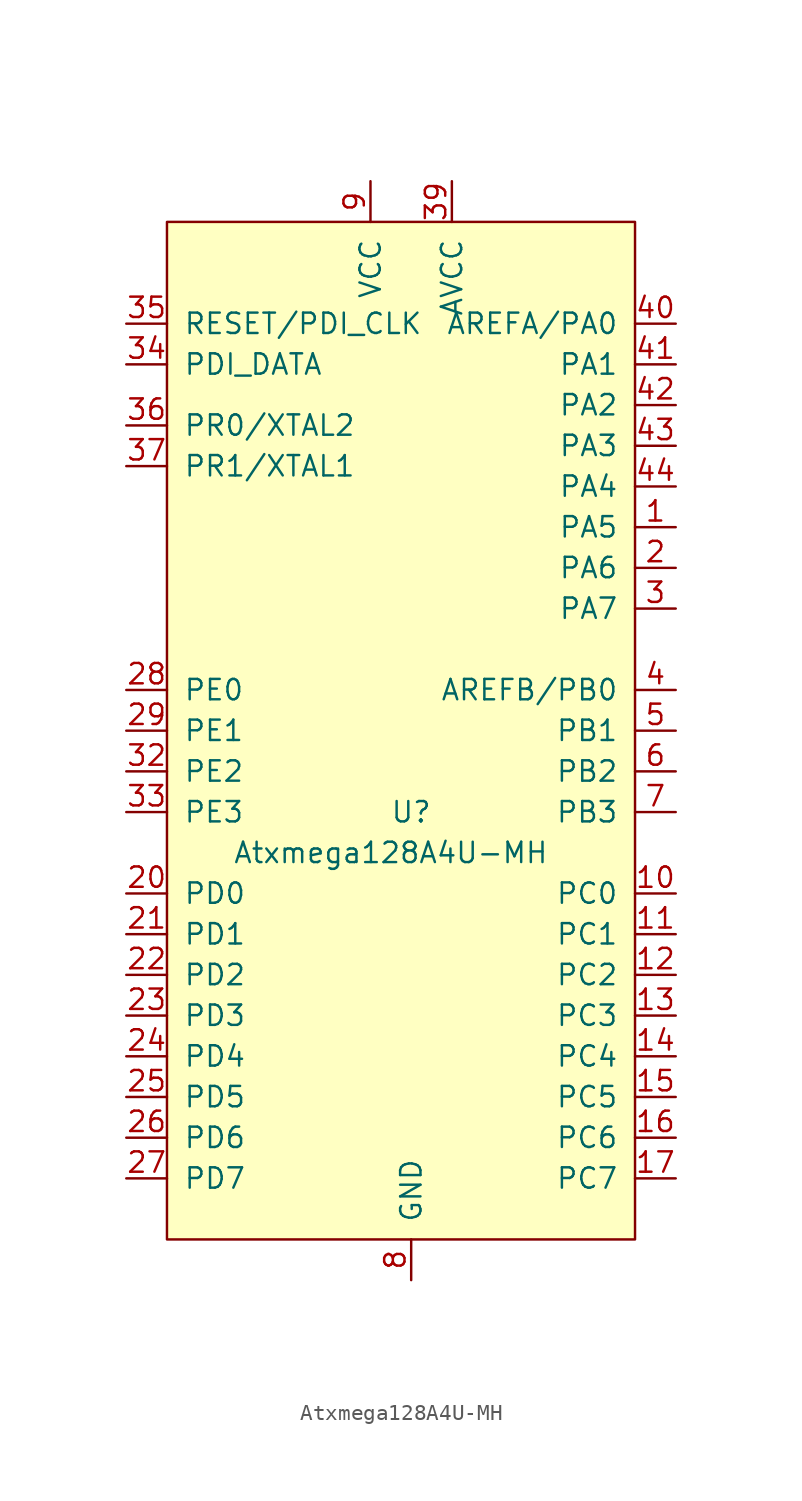
<source format=kicad_sym>
(kicad_symbol_lib
  (version 20211014)
  (generator kicad_symbol_editor)
  (symbol "Atxmega128A4U-MH"
    (pin_names
      (offset 1.016))
    (property "Reference" "U"
      (at 0 -5.08 0)
      (effects (font (size 1.27 1.27))))
    (property "Value" "Atxmega128A4U-MH"
      (at -1.27 -7.62 0)
      (effects (font (size 1.27 1.27))))
    (symbol "Atxmega128A4U-MH_1_1"
      (rectangle (start -15.24 31.75) (end 13.97 -31.75) (stroke (width 0) (type default) (color 0 0 0 0)) (fill (type background)))
      (pin bidirectional line (at 16.51 12.7 180) (length 2.54) (name "PA5" (effects (font (size 1.27 1.27)))) (number "1" (effects (font (size 1.27 1.27)))))
      (pin bidirectional line (at 16.51 -10.16 180) (length 2.54) (name "PC0" (effects (font (size 1.27 1.27)))) (number "10" (effects (font (size 1.27 1.27)))))
      (pin bidirectional line (at 16.51 -12.7 180) (length 2.54) (name "PC1" (effects (font (size 1.27 1.27)))) (number "11" (effects (font (size 1.27 1.27)))))
      (pin bidirectional line (at 16.51 -15.24 180) (length 2.54) (name "PC2" (effects (font (size 1.27 1.27)))) (number "12" (effects (font (size 1.27 1.27)))))
      (pin bidirectional line (at 16.51 -17.78 180) (length 2.54) (name "PC3" (effects (font (size 1.27 1.27)))) (number "13" (effects (font (size 1.27 1.27)))))
      (pin bidirectional line (at 16.51 -20.32 180) (length 2.54) (name "PC4" (effects (font (size 1.27 1.27)))) (number "14" (effects (font (size 1.27 1.27)))))
      (pin bidirectional line (at 16.51 -22.86 180) (length 2.54) (name "PC5" (effects (font (size 1.27 1.27)))) (number "15" (effects (font (size 1.27 1.27)))))
      (pin bidirectional line (at 16.51 -25.4 180) (length 2.54) (name "PC6" (effects (font (size 1.27 1.27)))) (number "16" (effects (font (size 1.27 1.27)))))
      (pin bidirectional line (at 16.51 -27.94 180) (length 2.54) (name "PC7" (effects (font (size 1.27 1.27)))) (number "17" (effects (font (size 1.27 1.27)))))
      (pin passive line (at 0 -34.29 90) (length 2.54) hide (name "GND" (effects (font (size 1.27 1.27)))) (number "18" (effects (font (size 1.27 1.27)))))
      (pin passive line (at -2.54 34.29 270) (length 2.54) hide (name "VCC" (effects (font (size 1.27 1.27)))) (number "19" (effects (font (size 1.27 1.27)))))
      (pin bidirectional line (at 16.51 10.16 180) (length 2.54) (name "PA6" (effects (font (size 1.27 1.27)))) (number "2" (effects (font (size 1.27 1.27)))))
      (pin bidirectional line (at -17.78 -10.16 0) (length 2.54) (name "PD0" (effects (font (size 1.27 1.27)))) (number "20" (effects (font (size 1.27 1.27)))))
      (pin bidirectional line (at -17.78 -12.7 0) (length 2.54) (name "PD1" (effects (font (size 1.27 1.27)))) (number "21" (effects (font (size 1.27 1.27)))))
      (pin bidirectional line (at -17.78 -15.24 0) (length 2.54) (name "PD2" (effects (font (size 1.27 1.27)))) (number "22" (effects (font (size 1.27 1.27)))))
      (pin bidirectional line (at -17.78 -17.78 0) (length 2.54) (name "PD3" (effects (font (size 1.27 1.27)))) (number "23" (effects (font (size 1.27 1.27)))))
      (pin bidirectional line (at -17.78 -20.32 0) (length 2.54) (name "PD4" (effects (font (size 1.27 1.27)))) (number "24" (effects (font (size 1.27 1.27)))))
      (pin bidirectional line (at -17.78 -22.86 0) (length 2.54) (name "PD5" (effects (font (size 1.27 1.27)))) (number "25" (effects (font (size 1.27 1.27)))))
      (pin bidirectional line (at -17.78 -25.4 0) (length 2.54) (name "PD6" (effects (font (size 1.27 1.27)))) (number "26" (effects (font (size 1.27 1.27)))))
      (pin bidirectional line (at -17.78 -27.94 0) (length 2.54) (name "PD7" (effects (font (size 1.27 1.27)))) (number "27" (effects (font (size 1.27 1.27)))))
      (pin bidirectional line (at -17.78 2.54 0) (length 2.54) (name "PE0" (effects (font (size 1.27 1.27)))) (number "28" (effects (font (size 1.27 1.27)))))
      (pin bidirectional line (at -17.78 0 0) (length 2.54) (name "PE1" (effects (font (size 1.27 1.27)))) (number "29" (effects (font (size 1.27 1.27)))))
      (pin bidirectional line (at 16.51 7.62 180) (length 2.54) (name "PA7" (effects (font (size 1.27 1.27)))) (number "3" (effects (font (size 1.27 1.27)))))
      (pin passive line (at 0 -34.29 90) (length 2.54) hide (name "GND" (effects (font (size 1.27 1.27)))) (number "30" (effects (font (size 1.27 1.27)))))
      (pin passive line (at -2.54 34.29 270) (length 2.54) hide (name "VCC" (effects (font (size 1.27 1.27)))) (number "31" (effects (font (size 1.27 1.27)))))
      (pin bidirectional line (at -17.78 -2.54 0) (length 2.54) (name "PE2" (effects (font (size 1.27 1.27)))) (number "32" (effects (font (size 1.27 1.27)))))
      (pin bidirectional line (at -17.78 -5.08 0) (length 2.54) (name "PE3" (effects (font (size 1.27 1.27)))) (number "33" (effects (font (size 1.27 1.27)))))
      (pin bidirectional line (at -17.78 22.86 0) (length 2.54) (name "PDI_DATA" (effects (font (size 1.27 1.27)))) (number "34" (effects (font (size 1.27 1.27)))))
      (pin input line (at -17.78 25.4 0) (length 2.54) (name "RESET/PDI_CLK" (effects (font (size 1.27 1.27)))) (number "35" (effects (font (size 1.27 1.27)))))
      (pin bidirectional line (at -17.78 19.05 0) (length 2.54) (name "PR0/XTAL2" (effects (font (size 1.27 1.27)))) (number "36" (effects (font (size 1.27 1.27)))))
      (pin bidirectional line (at -17.78 16.51 0) (length 2.54) (name "PR1/XTAL1" (effects (font (size 1.27 1.27)))) (number "37" (effects (font (size 1.27 1.27)))))
      (pin passive line (at 0 -34.29 90) (length 2.54) hide (name "GND" (effects (font (size 1.27 1.27)))) (number "38" (effects (font (size 1.27 1.27)))))
      (pin power_in line (at 2.54 34.29 270) (length 2.54) (name "AVCC" (effects (font (size 1.27 1.27)))) (number "39" (effects (font (size 1.27 1.27)))))
      (pin bidirectional line (at 16.51 2.54 180) (length 2.54) (name "AREFB/PB0" (effects (font (size 1.27 1.27)))) (number "4" (effects (font (size 1.27 1.27)))))
      (pin bidirectional line (at 16.51 25.4 180) (length 2.54) (name "AREFA/PA0" (effects (font (size 1.27 1.27)))) (number "40" (effects (font (size 1.27 1.27)))))
      (pin bidirectional line (at 16.51 22.86 180) (length 2.54) (name "PA1" (effects (font (size 1.27 1.27)))) (number "41" (effects (font (size 1.27 1.27)))))
      (pin bidirectional line (at 16.51 20.32 180) (length 2.54) (name "PA2" (effects (font (size 1.27 1.27)))) (number "42" (effects (font (size 1.27 1.27)))))
      (pin bidirectional line (at 16.51 17.78 180) (length 2.54) (name "PA3" (effects (font (size 1.27 1.27)))) (number "43" (effects (font (size 1.27 1.27)))))
      (pin bidirectional line (at 16.51 15.24 180) (length 2.54) (name "PA4" (effects (font (size 1.27 1.27)))) (number "44" (effects (font (size 1.27 1.27)))))
      (pin passive line (at 0 -34.29 90) (length 2.54) hide (name "GND" (effects (font (size 1.27 1.27)))) (number "45" (effects (font (size 1.27 1.27)))))
      (pin bidirectional line (at 16.51 0 180) (length 2.54) (name "PB1" (effects (font (size 1.27 1.27)))) (number "5" (effects (font (size 1.27 1.27)))))
      (pin bidirectional line (at 16.51 -2.54 180) (length 2.54) (name "PB2" (effects (font (size 1.27 1.27)))) (number "6" (effects (font (size 1.27 1.27)))))
      (pin bidirectional line (at 16.51 -5.08 180) (length 2.54) (name "PB3" (effects (font (size 1.27 1.27)))) (number "7" (effects (font (size 1.27 1.27)))))
      (pin power_in line (at 0 -34.29 90) (length 2.54) (name "GND" (effects (font (size 1.27 1.27)))) (number "8" (effects (font (size 1.27 1.27)))))
      (pin power_in line (at -2.54 34.29 270) (length 2.54) (name "VCC" (effects (font (size 1.27 1.27)))) (number "9" (effects (font (size 1.27 1.27))))))))
</source>
